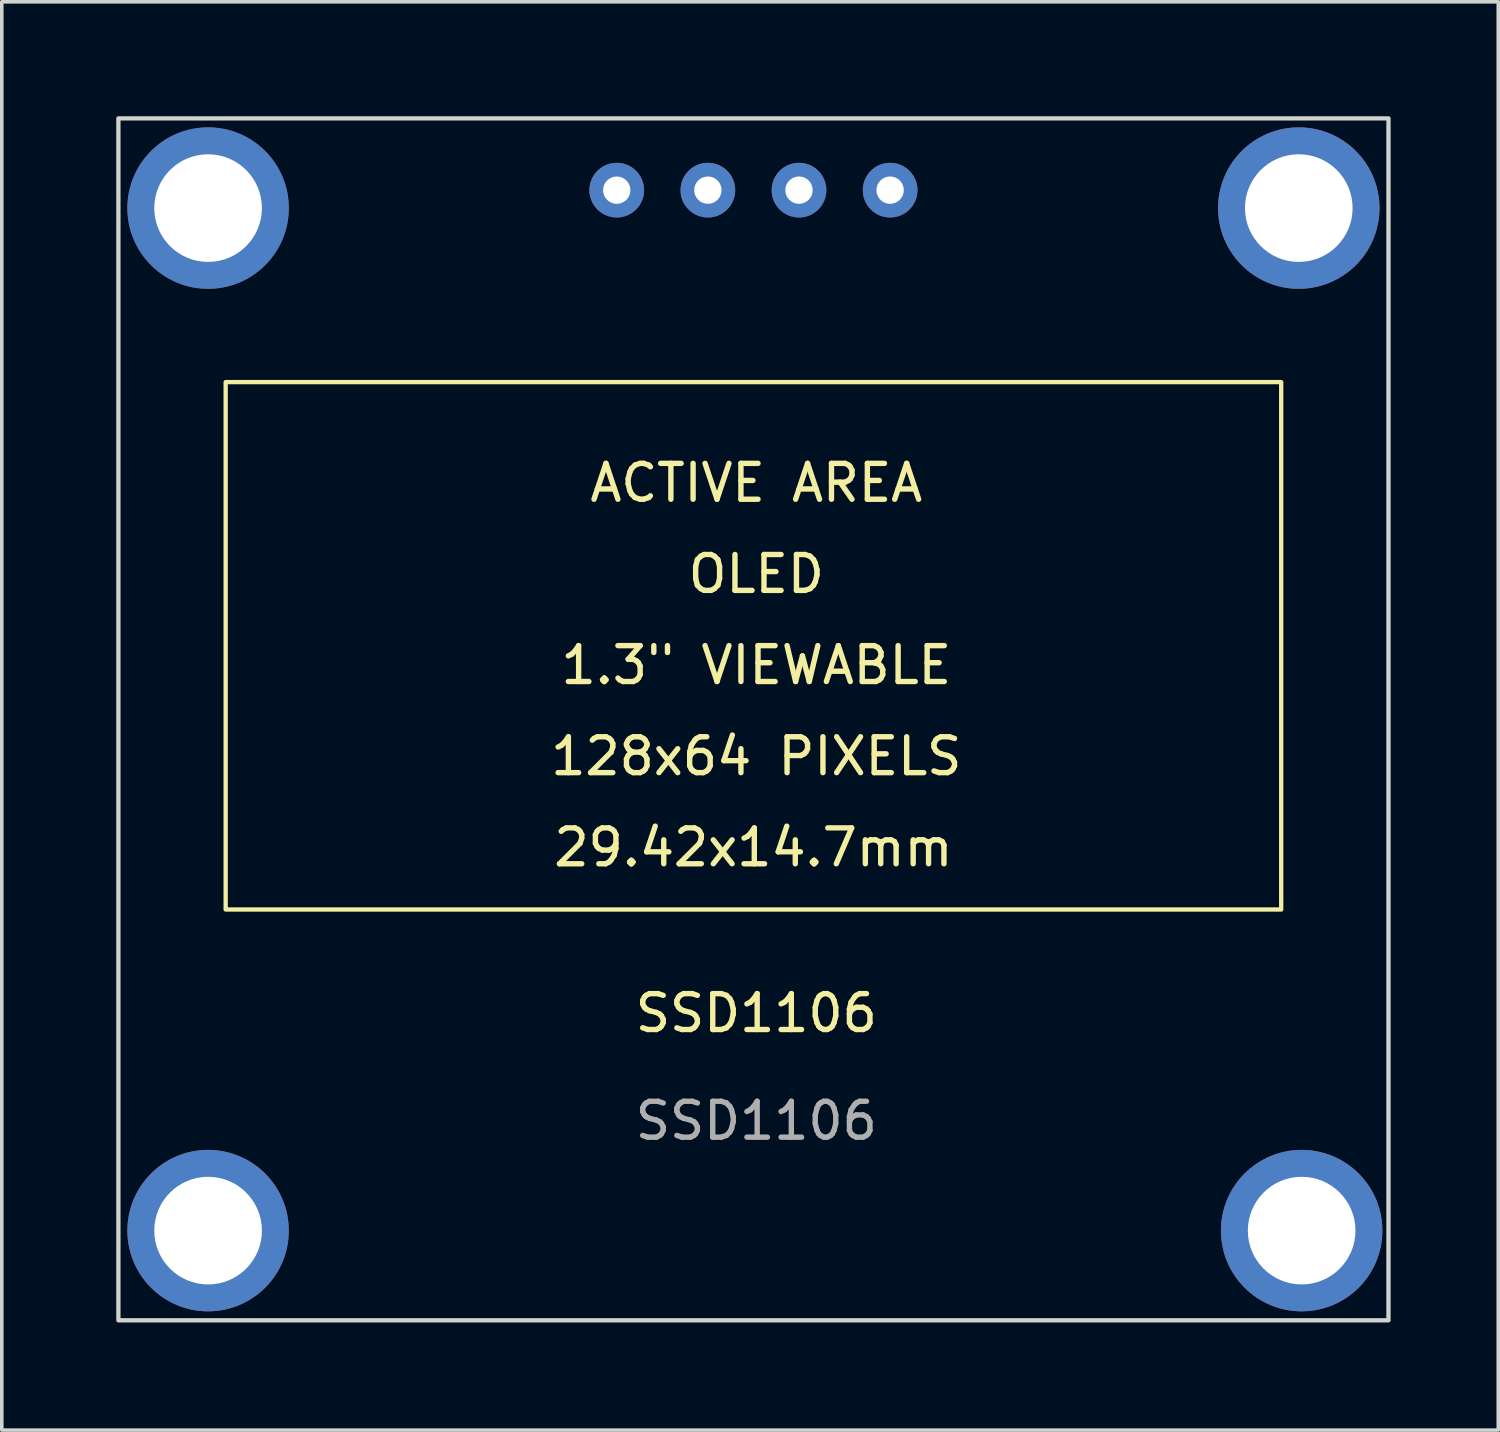
<source format=kicad_pcb>
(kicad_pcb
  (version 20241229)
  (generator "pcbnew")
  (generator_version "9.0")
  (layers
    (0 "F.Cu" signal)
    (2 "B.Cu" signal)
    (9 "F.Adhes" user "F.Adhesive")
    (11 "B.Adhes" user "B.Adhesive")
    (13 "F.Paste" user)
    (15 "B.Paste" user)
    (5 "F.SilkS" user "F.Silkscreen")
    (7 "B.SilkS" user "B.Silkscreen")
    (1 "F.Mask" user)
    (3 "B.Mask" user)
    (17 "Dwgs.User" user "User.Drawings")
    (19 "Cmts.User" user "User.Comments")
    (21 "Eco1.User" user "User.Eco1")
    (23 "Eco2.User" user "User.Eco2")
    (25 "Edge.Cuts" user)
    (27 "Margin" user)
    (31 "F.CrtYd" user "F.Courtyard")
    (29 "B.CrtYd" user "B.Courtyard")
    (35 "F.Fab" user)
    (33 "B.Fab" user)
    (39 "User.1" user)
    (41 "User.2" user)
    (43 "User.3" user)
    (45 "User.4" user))
  (footprint "SSD1106"
    (layer "F.Cu")
    (at 0.25 0.25)
    (property "Reference" "SSD1106" (at 17.78 24.94 0) (unlocked yes) (layer "F.SilkS") (effects (font (size 1 1) (thickness 0.15))))
    (attr through_hole)
    (fp_rect (start 2.99 7.35) (end 32.41 22.05) (stroke (width 0.12) (type solid)) (fill no) (layer "F.SilkS"))
    (fp_rect (start 0 0) (end 35.4 33.5) (stroke (width 0.12) (type solid)) (fill no) (layer "Edge.Cuts"))
    (fp_text user "128x64 PIXELS" (at 17.78 17.78 0) (unlocked yes) (layer "F.SilkS") (effects (font (size 1 1) (thickness 0.15))))
    (fp_text user "ACTIVE AREA" (at 17.78 10.16 0) (unlocked yes) (layer "F.SilkS") (effects (font (size 1 1) (thickness 0.15))))
    (fp_text user "OLED" (at 17.78 12.7 0) (unlocked yes) (layer "F.SilkS") (effects (font (size 1 1) (thickness 0.15))))
    (fp_text user "1.3\" VIEWABLE" (at 17.78 15.24 0) (unlocked yes) (layer "F.SilkS") (effects (font (size 1 1) (thickness 0.15))))
    (fp_text user "29.42x14.7mm" (at 17.7 20.32 0) (unlocked yes) (layer "F.SilkS") (effects (font (size 1 1) (thickness 0.15))))
    (fp_text user "${REFERENCE}" (at 17.78 27.94 0) (unlocked yes) (layer "F.Fab") (effects (font (size 1 1) (thickness 0.15))))
    (pad "" thru_hole circle (at 2.5 2.5) (size 4.5 4.5) (drill 3) (layers "*.Cu" "*.Mask"))
    (pad "" thru_hole circle (at 2.5 31) (size 4.5 4.5) (drill 3) (layers "*.Cu" "*.Mask"))
    (pad "" thru_hole circle (at 32.9 2.5) (size 4.5 4.5) (drill 3) (layers "*.Cu" "*.Mask"))
    (pad "" thru_hole circle (at 32.98 31) (size 4.5 4.5) (drill 3) (layers "*.Cu" "*.Mask"))
    (pad "1" thru_hole circle (at 13.89 2) (size 1.524 1.524) (drill 0.762) (layers "*.Cu" "*.Mask"))
    (pad "2" thru_hole circle (at 16.43 2) (size 1.524 1.524) (drill 0.762) (layers "*.Cu" "*.Mask"))
    (pad "3" thru_hole circle (at 18.97 2) (size 1.524 1.524) (drill 0.762) (layers "*.Cu" "*.Mask"))
    (pad "4" thru_hole circle (at 21.51 2) (size 1.524 1.524) (drill 0.762) (layers "*.Cu" "*.Mask")))
  (gr_rect
    (start -3 -3)
    (end 38.71 36.81)
    (stroke (width 0.1) (type default))
    (fill no)
    (layer "Edge.Cuts")))
</source>
